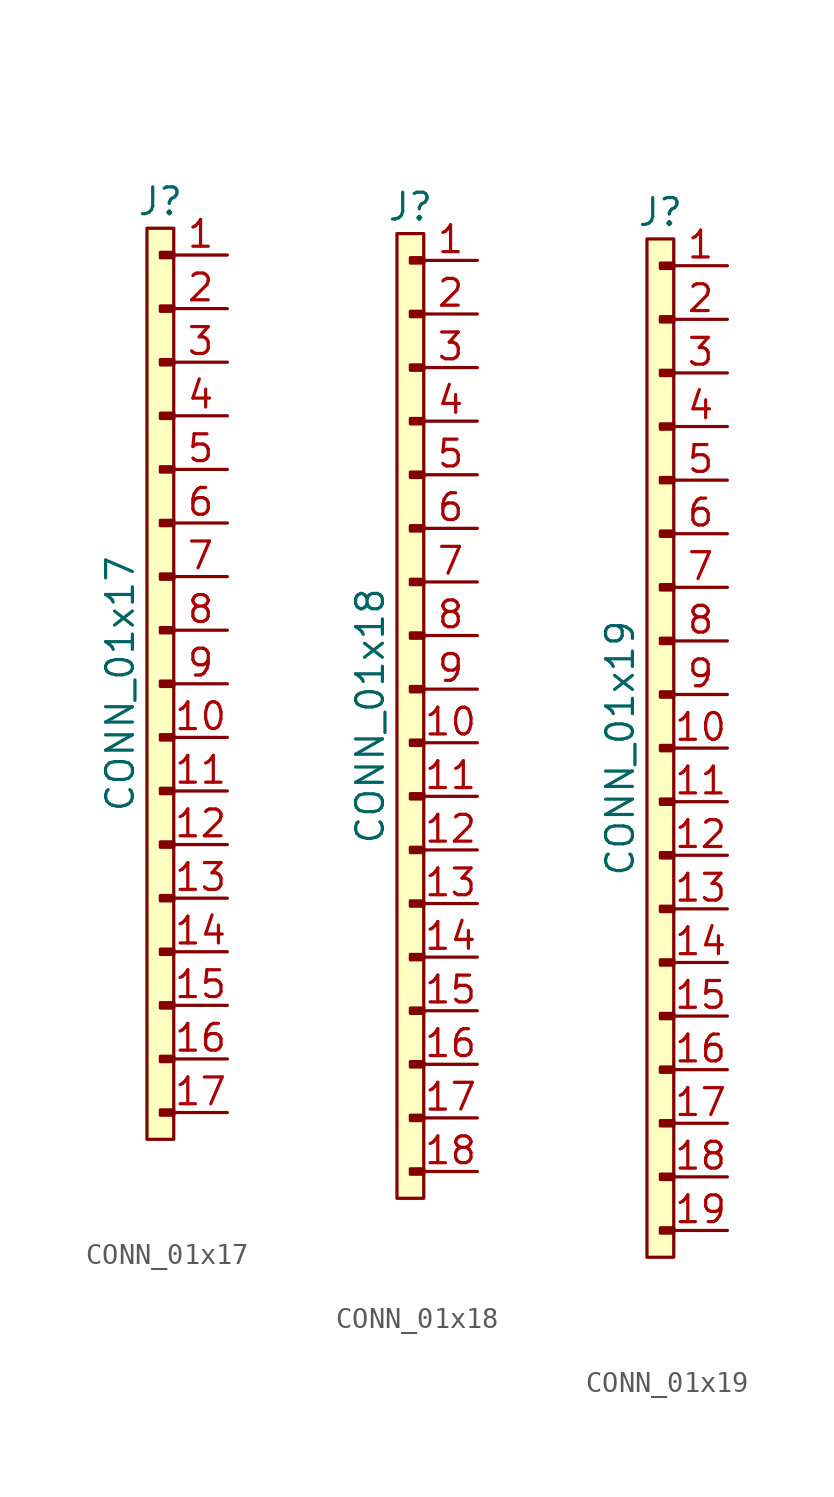
<source format=kicad_sym>
(kicad_symbol_lib
  (version 20211014)
  (generator agg_kicad.build_lib_connector)
  (symbol "CONN_01x17"
    (pin_names hide)
    (property Reference J
      (at -0.635 2.54 0)
      (effects (font (size 1.27 1.27))))
    (property Value "CONN_01x17"
      (at -2.54 -20.32 90)
      (effects (font (size 1.27 1.27))))
    (rectangle
      (start 0 -41.91)
      (end -1.27 1.27)
      (stroke (width 0) (type default) (color 0 0 0 0))
      (fill (type background)))
    (rectangle
      (start 0 0.127)
      (end -0.635 -0.127)
      (stroke (width 0) (type default) (color 0 0 0 0))
      (fill (type outline)))
    (rectangle
      (start 0 -2.413)
      (end -0.635 -2.667)
      (stroke (width 0) (type default) (color 0 0 0 0))
      (fill (type outline)))
    (rectangle
      (start 0 -4.953)
      (end -0.635 -5.207)
      (stroke (width 0) (type default) (color 0 0 0 0))
      (fill (type outline)))
    (rectangle
      (start 0 -7.493)
      (end -0.635 -7.747)
      (stroke (width 0) (type default) (color 0 0 0 0))
      (fill (type outline)))
    (rectangle
      (start 0 -10.033)
      (end -0.635 -10.287)
      (stroke (width 0) (type default) (color 0 0 0 0))
      (fill (type outline)))
    (rectangle
      (start 0 -12.573)
      (end -0.635 -12.827)
      (stroke (width 0) (type default) (color 0 0 0 0))
      (fill (type outline)))
    (rectangle
      (start 0 -15.113)
      (end -0.635 -15.367)
      (stroke (width 0) (type default) (color 0 0 0 0))
      (fill (type outline)))
    (rectangle
      (start 0 -17.653)
      (end -0.635 -17.907)
      (stroke (width 0) (type default) (color 0 0 0 0))
      (fill (type outline)))
    (rectangle
      (start 0 -20.193)
      (end -0.635 -20.447)
      (stroke (width 0) (type default) (color 0 0 0 0))
      (fill (type outline)))
    (rectangle
      (start 0 -22.733)
      (end -0.635 -22.987)
      (stroke (width 0) (type default) (color 0 0 0 0))
      (fill (type outline)))
    (rectangle
      (start 0 -25.273)
      (end -0.635 -25.527)
      (stroke (width 0) (type default) (color 0 0 0 0))
      (fill (type outline)))
    (rectangle
      (start 0 -27.813)
      (end -0.635 -28.067)
      (stroke (width 0) (type default) (color 0 0 0 0))
      (fill (type outline)))
    (rectangle
      (start 0 -30.353)
      (end -0.635 -30.607)
      (stroke (width 0) (type default) (color 0 0 0 0))
      (fill (type outline)))
    (rectangle
      (start 0 -32.893)
      (end -0.635 -33.147)
      (stroke (width 0) (type default) (color 0 0 0 0))
      (fill (type outline)))
    (rectangle
      (start 0 -35.433)
      (end -0.635 -35.687)
      (stroke (width 0) (type default) (color 0 0 0 0))
      (fill (type outline)))
    (rectangle
      (start 0 -37.973)
      (end -0.635 -38.227)
      (stroke (width 0) (type default) (color 0 0 0 0))
      (fill (type outline)))
    (rectangle
      (start 0 -40.513)
      (end -0.635 -40.767)
      (stroke (width 0) (type default) (color 0 0 0 0))
      (fill (type outline)))
    (pin passive line
      (at 2.54 0 180)
      (length 2.54)
      (name "1" (effects (font (size 1.27 1.27))))
      (number "1" (effects (font (size 1.27 1.27)))))
    (pin passive line
      (at 2.54 -2.54 180)
      (length 2.54)
      (name "2" (effects (font (size 1.27 1.27))))
      (number "2" (effects (font (size 1.27 1.27)))))
    (pin passive line
      (at 2.54 -5.08 180)
      (length 2.54)
      (name "3" (effects (font (size 1.27 1.27))))
      (number "3" (effects (font (size 1.27 1.27)))))
    (pin passive line
      (at 2.54 -7.62 180)
      (length 2.54)
      (name "4" (effects (font (size 1.27 1.27))))
      (number "4" (effects (font (size 1.27 1.27)))))
    (pin passive line
      (at 2.54 -10.16 180)
      (length 2.54)
      (name "5" (effects (font (size 1.27 1.27))))
      (number "5" (effects (font (size 1.27 1.27)))))
    (pin passive line
      (at 2.54 -12.7 180)
      (length 2.54)
      (name "6" (effects (font (size 1.27 1.27))))
      (number "6" (effects (font (size 1.27 1.27)))))
    (pin passive line
      (at 2.54 -15.24 180)
      (length 2.54)
      (name "7" (effects (font (size 1.27 1.27))))
      (number "7" (effects (font (size 1.27 1.27)))))
    (pin passive line
      (at 2.54 -17.78 180)
      (length 2.54)
      (name "8" (effects (font (size 1.27 1.27))))
      (number "8" (effects (font (size 1.27 1.27)))))
    (pin passive line
      (at 2.54 -20.32 180)
      (length 2.54)
      (name "9" (effects (font (size 1.27 1.27))))
      (number "9" (effects (font (size 1.27 1.27)))))
    (pin passive line
      (at 2.54 -22.86 180)
      (length 2.54)
      (name "10" (effects (font (size 1.27 1.27))))
      (number "10" (effects (font (size 1.27 1.27)))))
    (pin passive line
      (at 2.54 -25.4 180)
      (length 2.54)
      (name "11" (effects (font (size 1.27 1.27))))
      (number "11" (effects (font (size 1.27 1.27)))))
    (pin passive line
      (at 2.54 -27.94 180)
      (length 2.54)
      (name "12" (effects (font (size 1.27 1.27))))
      (number "12" (effects (font (size 1.27 1.27)))))
    (pin passive line
      (at 2.54 -30.48 180)
      (length 2.54)
      (name "13" (effects (font (size 1.27 1.27))))
      (number "13" (effects (font (size 1.27 1.27)))))
    (pin passive line
      (at 2.54 -33.02 180)
      (length 2.54)
      (name "14" (effects (font (size 1.27 1.27))))
      (number "14" (effects (font (size 1.27 1.27)))))
    (pin passive line
      (at 2.54 -35.56 180)
      (length 2.54)
      (name "15" (effects (font (size 1.27 1.27))))
      (number "15" (effects (font (size 1.27 1.27)))))
    (pin passive line
      (at 2.54 -38.1 180)
      (length 2.54)
      (name "16" (effects (font (size 1.27 1.27))))
      (number "16" (effects (font (size 1.27 1.27)))))
    (pin passive line
      (at 2.54 -40.64 180)
      (length 2.54)
      (name "17" (effects (font (size 1.27 1.27))))
      (number "17" (effects (font (size 1.27 1.27))))))
  (symbol "CONN_01x18"
    (pin_names hide)
    (property Reference J
      (at -0.635 2.54 0)
      (effects (font (size 1.27 1.27))))
    (property Value "CONN_01x18"
      (at -2.54 -21.59 90)
      (effects (font (size 1.27 1.27))))
    (rectangle
      (start 0 -44.45)
      (end -1.27 1.27)
      (stroke (width 0) (type default) (color 0 0 0 0))
      (fill (type background)))
    (rectangle
      (start 0 0.127)
      (end -0.635 -0.127)
      (stroke (width 0) (type default) (color 0 0 0 0))
      (fill (type outline)))
    (rectangle
      (start 0 -2.413)
      (end -0.635 -2.667)
      (stroke (width 0) (type default) (color 0 0 0 0))
      (fill (type outline)))
    (rectangle
      (start 0 -4.953)
      (end -0.635 -5.207)
      (stroke (width 0) (type default) (color 0 0 0 0))
      (fill (type outline)))
    (rectangle
      (start 0 -7.493)
      (end -0.635 -7.747)
      (stroke (width 0) (type default) (color 0 0 0 0))
      (fill (type outline)))
    (rectangle
      (start 0 -10.033)
      (end -0.635 -10.287)
      (stroke (width 0) (type default) (color 0 0 0 0))
      (fill (type outline)))
    (rectangle
      (start 0 -12.573)
      (end -0.635 -12.827)
      (stroke (width 0) (type default) (color 0 0 0 0))
      (fill (type outline)))
    (rectangle
      (start 0 -15.113)
      (end -0.635 -15.367)
      (stroke (width 0) (type default) (color 0 0 0 0))
      (fill (type outline)))
    (rectangle
      (start 0 -17.653)
      (end -0.635 -17.907)
      (stroke (width 0) (type default) (color 0 0 0 0))
      (fill (type outline)))
    (rectangle
      (start 0 -20.193)
      (end -0.635 -20.447)
      (stroke (width 0) (type default) (color 0 0 0 0))
      (fill (type outline)))
    (rectangle
      (start 0 -22.733)
      (end -0.635 -22.987)
      (stroke (width 0) (type default) (color 0 0 0 0))
      (fill (type outline)))
    (rectangle
      (start 0 -25.273)
      (end -0.635 -25.527)
      (stroke (width 0) (type default) (color 0 0 0 0))
      (fill (type outline)))
    (rectangle
      (start 0 -27.813)
      (end -0.635 -28.067)
      (stroke (width 0) (type default) (color 0 0 0 0))
      (fill (type outline)))
    (rectangle
      (start 0 -30.353)
      (end -0.635 -30.607)
      (stroke (width 0) (type default) (color 0 0 0 0))
      (fill (type outline)))
    (rectangle
      (start 0 -32.893)
      (end -0.635 -33.147)
      (stroke (width 0) (type default) (color 0 0 0 0))
      (fill (type outline)))
    (rectangle
      (start 0 -35.433)
      (end -0.635 -35.687)
      (stroke (width 0) (type default) (color 0 0 0 0))
      (fill (type outline)))
    (rectangle
      (start 0 -37.973)
      (end -0.635 -38.227)
      (stroke (width 0) (type default) (color 0 0 0 0))
      (fill (type outline)))
    (rectangle
      (start 0 -40.513)
      (end -0.635 -40.767)
      (stroke (width 0) (type default) (color 0 0 0 0))
      (fill (type outline)))
    (rectangle
      (start 0 -43.053)
      (end -0.635 -43.307)
      (stroke (width 0) (type default) (color 0 0 0 0))
      (fill (type outline)))
    (pin passive line
      (at 2.54 0 180)
      (length 2.54)
      (name "1" (effects (font (size 1.27 1.27))))
      (number "1" (effects (font (size 1.27 1.27)))))
    (pin passive line
      (at 2.54 -2.54 180)
      (length 2.54)
      (name "2" (effects (font (size 1.27 1.27))))
      (number "2" (effects (font (size 1.27 1.27)))))
    (pin passive line
      (at 2.54 -5.08 180)
      (length 2.54)
      (name "3" (effects (font (size 1.27 1.27))))
      (number "3" (effects (font (size 1.27 1.27)))))
    (pin passive line
      (at 2.54 -7.62 180)
      (length 2.54)
      (name "4" (effects (font (size 1.27 1.27))))
      (number "4" (effects (font (size 1.27 1.27)))))
    (pin passive line
      (at 2.54 -10.16 180)
      (length 2.54)
      (name "5" (effects (font (size 1.27 1.27))))
      (number "5" (effects (font (size 1.27 1.27)))))
    (pin passive line
      (at 2.54 -12.7 180)
      (length 2.54)
      (name "6" (effects (font (size 1.27 1.27))))
      (number "6" (effects (font (size 1.27 1.27)))))
    (pin passive line
      (at 2.54 -15.24 180)
      (length 2.54)
      (name "7" (effects (font (size 1.27 1.27))))
      (number "7" (effects (font (size 1.27 1.27)))))
    (pin passive line
      (at 2.54 -17.78 180)
      (length 2.54)
      (name "8" (effects (font (size 1.27 1.27))))
      (number "8" (effects (font (size 1.27 1.27)))))
    (pin passive line
      (at 2.54 -20.32 180)
      (length 2.54)
      (name "9" (effects (font (size 1.27 1.27))))
      (number "9" (effects (font (size 1.27 1.27)))))
    (pin passive line
      (at 2.54 -22.86 180)
      (length 2.54)
      (name "10" (effects (font (size 1.27 1.27))))
      (number "10" (effects (font (size 1.27 1.27)))))
    (pin passive line
      (at 2.54 -25.4 180)
      (length 2.54)
      (name "11" (effects (font (size 1.27 1.27))))
      (number "11" (effects (font (size 1.27 1.27)))))
    (pin passive line
      (at 2.54 -27.94 180)
      (length 2.54)
      (name "12" (effects (font (size 1.27 1.27))))
      (number "12" (effects (font (size 1.27 1.27)))))
    (pin passive line
      (at 2.54 -30.48 180)
      (length 2.54)
      (name "13" (effects (font (size 1.27 1.27))))
      (number "13" (effects (font (size 1.27 1.27)))))
    (pin passive line
      (at 2.54 -33.02 180)
      (length 2.54)
      (name "14" (effects (font (size 1.27 1.27))))
      (number "14" (effects (font (size 1.27 1.27)))))
    (pin passive line
      (at 2.54 -35.56 180)
      (length 2.54)
      (name "15" (effects (font (size 1.27 1.27))))
      (number "15" (effects (font (size 1.27 1.27)))))
    (pin passive line
      (at 2.54 -38.1 180)
      (length 2.54)
      (name "16" (effects (font (size 1.27 1.27))))
      (number "16" (effects (font (size 1.27 1.27)))))
    (pin passive line
      (at 2.54 -40.64 180)
      (length 2.54)
      (name "17" (effects (font (size 1.27 1.27))))
      (number "17" (effects (font (size 1.27 1.27)))))
    (pin passive line
      (at 2.54 -43.18 180)
      (length 2.54)
      (name "18" (effects (font (size 1.27 1.27))))
      (number "18" (effects (font (size 1.27 1.27))))))
  (symbol "CONN_01x19"
    (pin_names hide)
    (property Reference J
      (at -0.635 2.54 0)
      (effects (font (size 1.27 1.27))))
    (property Value "CONN_01x19"
      (at -2.54 -22.86 90)
      (effects (font (size 1.27 1.27))))
    (rectangle
      (start 0 -46.99)
      (end -1.27 1.27)
      (stroke (width 0) (type default) (color 0 0 0 0))
      (fill (type background)))
    (rectangle
      (start 0 0.127)
      (end -0.635 -0.127)
      (stroke (width 0) (type default) (color 0 0 0 0))
      (fill (type outline)))
    (rectangle
      (start 0 -2.413)
      (end -0.635 -2.667)
      (stroke (width 0) (type default) (color 0 0 0 0))
      (fill (type outline)))
    (rectangle
      (start 0 -4.953)
      (end -0.635 -5.207)
      (stroke (width 0) (type default) (color 0 0 0 0))
      (fill (type outline)))
    (rectangle
      (start 0 -7.493)
      (end -0.635 -7.747)
      (stroke (width 0) (type default) (color 0 0 0 0))
      (fill (type outline)))
    (rectangle
      (start 0 -10.033)
      (end -0.635 -10.287)
      (stroke (width 0) (type default) (color 0 0 0 0))
      (fill (type outline)))
    (rectangle
      (start 0 -12.573)
      (end -0.635 -12.827)
      (stroke (width 0) (type default) (color 0 0 0 0))
      (fill (type outline)))
    (rectangle
      (start 0 -15.113)
      (end -0.635 -15.367)
      (stroke (width 0) (type default) (color 0 0 0 0))
      (fill (type outline)))
    (rectangle
      (start 0 -17.653)
      (end -0.635 -17.907)
      (stroke (width 0) (type default) (color 0 0 0 0))
      (fill (type outline)))
    (rectangle
      (start 0 -20.193)
      (end -0.635 -20.447)
      (stroke (width 0) (type default) (color 0 0 0 0))
      (fill (type outline)))
    (rectangle
      (start 0 -22.733)
      (end -0.635 -22.987)
      (stroke (width 0) (type default) (color 0 0 0 0))
      (fill (type outline)))
    (rectangle
      (start 0 -25.273)
      (end -0.635 -25.527)
      (stroke (width 0) (type default) (color 0 0 0 0))
      (fill (type outline)))
    (rectangle
      (start 0 -27.813)
      (end -0.635 -28.067)
      (stroke (width 0) (type default) (color 0 0 0 0))
      (fill (type outline)))
    (rectangle
      (start 0 -30.353)
      (end -0.635 -30.607)
      (stroke (width 0) (type default) (color 0 0 0 0))
      (fill (type outline)))
    (rectangle
      (start 0 -32.893)
      (end -0.635 -33.147)
      (stroke (width 0) (type default) (color 0 0 0 0))
      (fill (type outline)))
    (rectangle
      (start 0 -35.433)
      (end -0.635 -35.687)
      (stroke (width 0) (type default) (color 0 0 0 0))
      (fill (type outline)))
    (rectangle
      (start 0 -37.973)
      (end -0.635 -38.227)
      (stroke (width 0) (type default) (color 0 0 0 0))
      (fill (type outline)))
    (rectangle
      (start 0 -40.513)
      (end -0.635 -40.767)
      (stroke (width 0) (type default) (color 0 0 0 0))
      (fill (type outline)))
    (rectangle
      (start 0 -43.053)
      (end -0.635 -43.307)
      (stroke (width 0) (type default) (color 0 0 0 0))
      (fill (type outline)))
    (rectangle
      (start 0 -45.593)
      (end -0.635 -45.847)
      (stroke (width 0) (type default) (color 0 0 0 0))
      (fill (type outline)))
    (pin passive line
      (at 2.54 0 180)
      (length 2.54)
      (name "1" (effects (font (size 1.27 1.27))))
      (number "1" (effects (font (size 1.27 1.27)))))
    (pin passive line
      (at 2.54 -2.54 180)
      (length 2.54)
      (name "2" (effects (font (size 1.27 1.27))))
      (number "2" (effects (font (size 1.27 1.27)))))
    (pin passive line
      (at 2.54 -5.08 180)
      (length 2.54)
      (name "3" (effects (font (size 1.27 1.27))))
      (number "3" (effects (font (size 1.27 1.27)))))
    (pin passive line
      (at 2.54 -7.62 180)
      (length 2.54)
      (name "4" (effects (font (size 1.27 1.27))))
      (number "4" (effects (font (size 1.27 1.27)))))
    (pin passive line
      (at 2.54 -10.16 180)
      (length 2.54)
      (name "5" (effects (font (size 1.27 1.27))))
      (number "5" (effects (font (size 1.27 1.27)))))
    (pin passive line
      (at 2.54 -12.7 180)
      (length 2.54)
      (name "6" (effects (font (size 1.27 1.27))))
      (number "6" (effects (font (size 1.27 1.27)))))
    (pin passive line
      (at 2.54 -15.24 180)
      (length 2.54)
      (name "7" (effects (font (size 1.27 1.27))))
      (number "7" (effects (font (size 1.27 1.27)))))
    (pin passive line
      (at 2.54 -17.78 180)
      (length 2.54)
      (name "8" (effects (font (size 1.27 1.27))))
      (number "8" (effects (font (size 1.27 1.27)))))
    (pin passive line
      (at 2.54 -20.32 180)
      (length 2.54)
      (name "9" (effects (font (size 1.27 1.27))))
      (number "9" (effects (font (size 1.27 1.27)))))
    (pin passive line
      (at 2.54 -22.86 180)
      (length 2.54)
      (name "10" (effects (font (size 1.27 1.27))))
      (number "10" (effects (font (size 1.27 1.27)))))
    (pin passive line
      (at 2.54 -25.4 180)
      (length 2.54)
      (name "11" (effects (font (size 1.27 1.27))))
      (number "11" (effects (font (size 1.27 1.27)))))
    (pin passive line
      (at 2.54 -27.94 180)
      (length 2.54)
      (name "12" (effects (font (size 1.27 1.27))))
      (number "12" (effects (font (size 1.27 1.27)))))
    (pin passive line
      (at 2.54 -30.48 180)
      (length 2.54)
      (name "13" (effects (font (size 1.27 1.27))))
      (number "13" (effects (font (size 1.27 1.27)))))
    (pin passive line
      (at 2.54 -33.02 180)
      (length 2.54)
      (name "14" (effects (font (size 1.27 1.27))))
      (number "14" (effects (font (size 1.27 1.27)))))
    (pin passive line
      (at 2.54 -35.56 180)
      (length 2.54)
      (name "15" (effects (font (size 1.27 1.27))))
      (number "15" (effects (font (size 1.27 1.27)))))
    (pin passive line
      (at 2.54 -38.1 180)
      (length 2.54)
      (name "16" (effects (font (size 1.27 1.27))))
      (number "16" (effects (font (size 1.27 1.27)))))
    (pin passive line
      (at 2.54 -40.64 180)
      (length 2.54)
      (name "17" (effects (font (size 1.27 1.27))))
      (number "17" (effects (font (size 1.27 1.27)))))
    (pin passive line
      (at 2.54 -43.18 180)
      (length 2.54)
      (name "18" (effects (font (size 1.27 1.27))))
      (number "18" (effects (font (size 1.27 1.27)))))
    (pin passive line
      (at 2.54 -45.72 180)
      (length 2.54)
      (name "19" (effects (font (size 1.27 1.27))))
      (number "19" (effects (font (size 1.27 1.27)))))))
</source>
